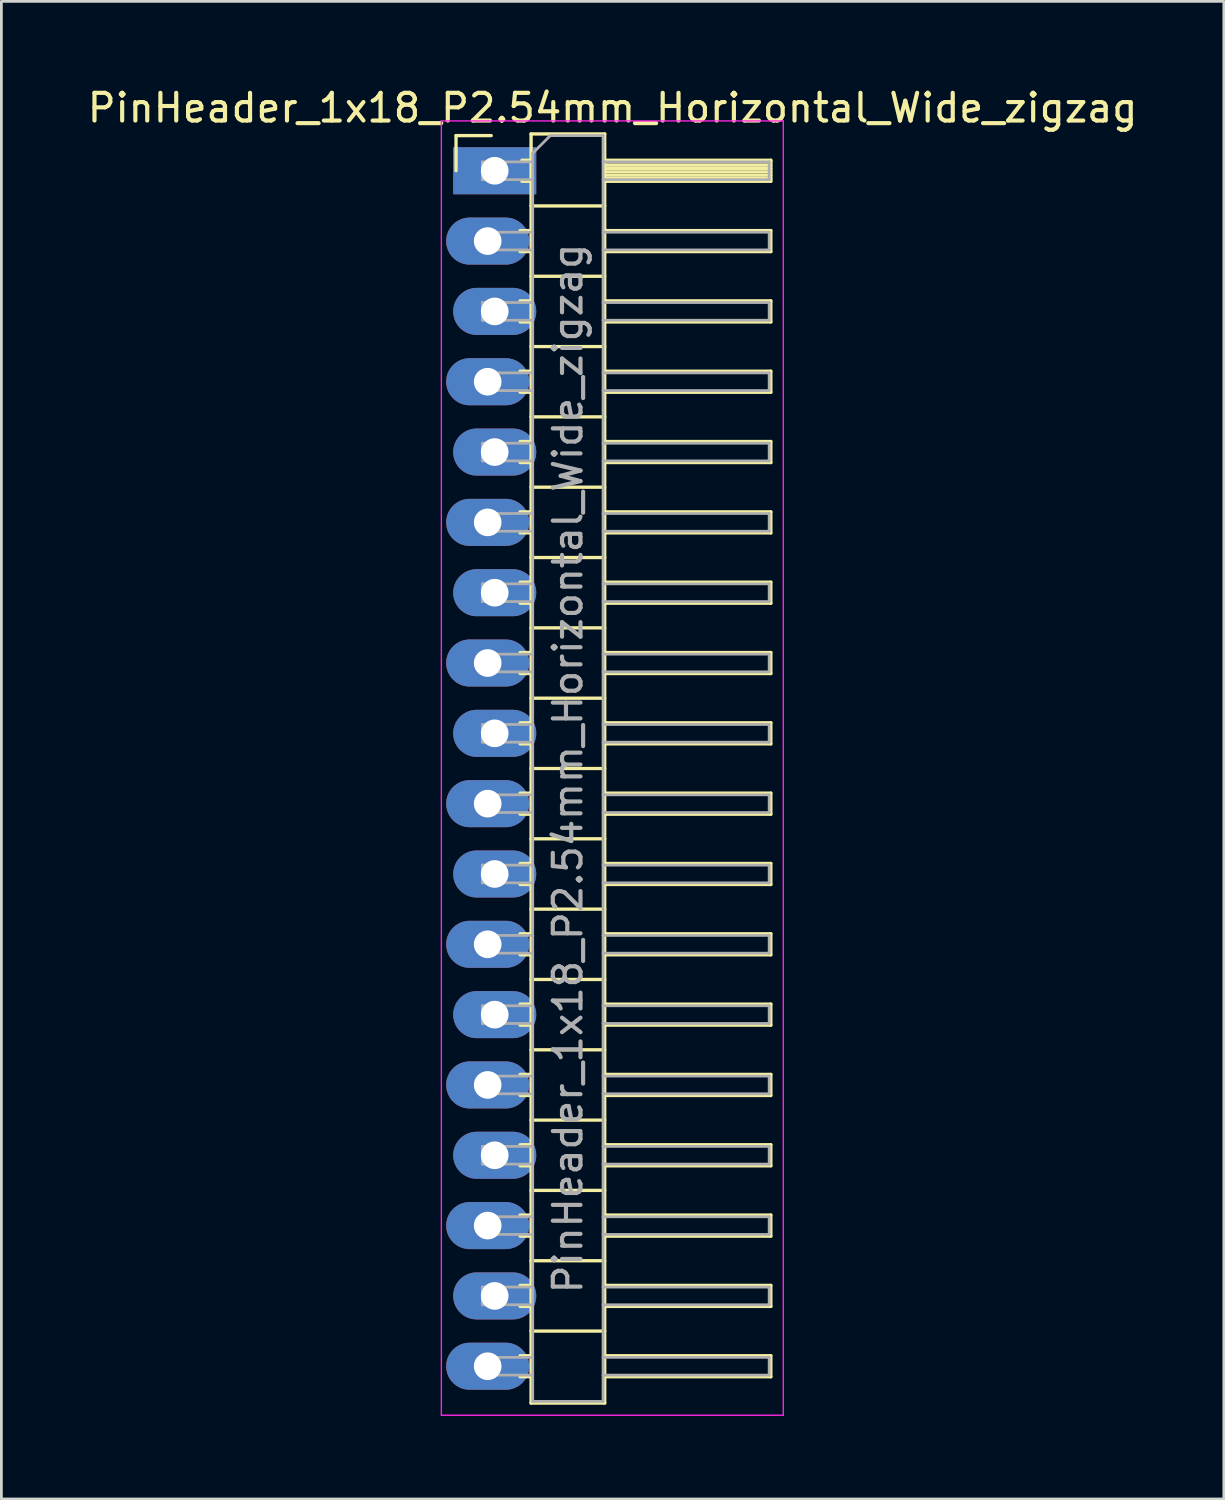
<source format=kicad_pcb>
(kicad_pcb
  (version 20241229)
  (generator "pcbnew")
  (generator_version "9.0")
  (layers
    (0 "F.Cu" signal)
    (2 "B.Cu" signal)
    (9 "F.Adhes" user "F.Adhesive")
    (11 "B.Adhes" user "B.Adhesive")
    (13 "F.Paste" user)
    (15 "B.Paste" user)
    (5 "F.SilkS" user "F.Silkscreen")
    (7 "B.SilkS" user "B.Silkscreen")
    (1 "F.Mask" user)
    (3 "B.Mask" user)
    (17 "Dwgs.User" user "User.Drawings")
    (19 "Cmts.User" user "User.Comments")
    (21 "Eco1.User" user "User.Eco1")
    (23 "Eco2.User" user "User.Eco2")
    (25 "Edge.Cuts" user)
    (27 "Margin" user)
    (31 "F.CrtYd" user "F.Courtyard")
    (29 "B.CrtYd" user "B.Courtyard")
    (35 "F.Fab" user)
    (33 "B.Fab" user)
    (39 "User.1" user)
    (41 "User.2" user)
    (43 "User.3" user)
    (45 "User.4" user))
  (footprint "PinHeader_1x18_P2.54mm_Horizontal_Wide_zigzag"
    (layer "F.Cu")
    (at 14.692 3.118)
    (property "Reference" "PinHeader_1x18_P2.54mm_Horizontal_Wide_zigzag" (at 4.385 -2.27 0) (layer "F.SilkS") (effects (font (size 1 1) (thickness 0.15))))
    (attr through_hole)
    (fp_line (start -1.27 -1.27) (end 0 -1.27) (stroke (width 0.12) (type solid)) (layer "F.SilkS"))
    (fp_line (start -1.27 0) (end -1.27 -1.27) (stroke (width 0.12) (type solid)) (layer "F.SilkS"))
    (fp_line (start 1.043 2.16) (end 1.44 2.16) (stroke (width 0.12) (type solid)) (layer "F.SilkS"))
    (fp_line (start 1.043 2.92) (end 1.44 2.92) (stroke (width 0.12) (type solid)) (layer "F.SilkS"))
    (fp_line (start 1.043 4.7) (end 1.44 4.7) (stroke (width 0.12) (type solid)) (layer "F.SilkS"))
    (fp_line (start 1.043 5.46) (end 1.44 5.46) (stroke (width 0.12) (type solid)) (layer "F.SilkS"))
    (fp_line (start 1.043 7.24) (end 1.44 7.24) (stroke (width 0.12) (type solid)) (layer "F.SilkS"))
    (fp_line (start 1.043 8) (end 1.44 8) (stroke (width 0.12) (type solid)) (layer "F.SilkS"))
    (fp_line (start 1.043 9.78) (end 1.44 9.78) (stroke (width 0.12) (type solid)) (layer "F.SilkS"))
    (fp_line (start 1.043 10.54) (end 1.44 10.54) (stroke (width 0.12) (type solid)) (layer "F.SilkS"))
    (fp_line (start 1.043 12.32) (end 1.44 12.32) (stroke (width 0.12) (type solid)) (layer "F.SilkS"))
    (fp_line (start 1.043 13.08) (end 1.44 13.08) (stroke (width 0.12) (type solid)) (layer "F.SilkS"))
    (fp_line (start 1.043 14.86) (end 1.44 14.86) (stroke (width 0.12) (type solid)) (layer "F.SilkS"))
    (fp_line (start 1.043 15.62) (end 1.44 15.62) (stroke (width 0.12) (type solid)) (layer "F.SilkS"))
    (fp_line (start 1.043 17.4) (end 1.44 17.4) (stroke (width 0.12) (type solid)) (layer "F.SilkS"))
    (fp_line (start 1.043 18.16) (end 1.44 18.16) (stroke (width 0.12) (type solid)) (layer "F.SilkS"))
    (fp_line (start 1.043 19.94) (end 1.44 19.94) (stroke (width 0.12) (type solid)) (layer "F.SilkS"))
    (fp_line (start 1.043 20.7) (end 1.44 20.7) (stroke (width 0.12) (type solid)) (layer "F.SilkS"))
    (fp_line (start 1.043 22.48) (end 1.44 22.48) (stroke (width 0.12) (type solid)) (layer "F.SilkS"))
    (fp_line (start 1.043 23.24) (end 1.44 23.24) (stroke (width 0.12) (type solid)) (layer "F.SilkS"))
    (fp_line (start 1.043 25.02) (end 1.44 25.02) (stroke (width 0.12) (type solid)) (layer "F.SilkS"))
    (fp_line (start 1.043 25.78) (end 1.44 25.78) (stroke (width 0.12) (type solid)) (layer "F.SilkS"))
    (fp_line (start 1.043 27.56) (end 1.44 27.56) (stroke (width 0.12) (type solid)) (layer "F.SilkS"))
    (fp_line (start 1.043 28.32) (end 1.44 28.32) (stroke (width 0.12) (type solid)) (layer "F.SilkS"))
    (fp_line (start 1.043 30.1) (end 1.44 30.1) (stroke (width 0.12) (type solid)) (layer "F.SilkS"))
    (fp_line (start 1.043 30.86) (end 1.44 30.86) (stroke (width 0.12) (type solid)) (layer "F.SilkS"))
    (fp_line (start 1.043 32.64) (end 1.44 32.64) (stroke (width 0.12) (type solid)) (layer "F.SilkS"))
    (fp_line (start 1.043 33.4) (end 1.44 33.4) (stroke (width 0.12) (type solid)) (layer "F.SilkS"))
    (fp_line (start 1.043 35.18) (end 1.44 35.18) (stroke (width 0.12) (type solid)) (layer "F.SilkS"))
    (fp_line (start 1.043 35.94) (end 1.44 35.94) (stroke (width 0.12) (type solid)) (layer "F.SilkS"))
    (fp_line (start 1.043 37.72) (end 1.44 37.72) (stroke (width 0.12) (type solid)) (layer "F.SilkS"))
    (fp_line (start 1.043 38.48) (end 1.44 38.48) (stroke (width 0.12) (type solid)) (layer "F.SilkS"))
    (fp_line (start 1.043 40.26) (end 1.44 40.26) (stroke (width 0.12) (type solid)) (layer "F.SilkS"))
    (fp_line (start 1.043 41.02) (end 1.44 41.02) (stroke (width 0.12) (type solid)) (layer "F.SilkS"))
    (fp_line (start 1.043 42.8) (end 1.44 42.8) (stroke (width 0.12) (type solid)) (layer "F.SilkS"))
    (fp_line (start 1.043 43.56) (end 1.44 43.56) (stroke (width 0.12) (type solid)) (layer "F.SilkS"))
    (fp_line (start 1.11 -0.38) (end 1.44 -0.38) (stroke (width 0.12) (type solid)) (layer "F.SilkS"))
    (fp_line (start 1.11 0.38) (end 1.44 0.38) (stroke (width 0.12) (type solid)) (layer "F.SilkS"))
    (fp_line (start 1.44 -1.33) (end 1.44 44.51) (stroke (width 0.12) (type solid)) (layer "F.SilkS"))
    (fp_line (start 1.44 1.27) (end 4.1 1.27) (stroke (width 0.12) (type solid)) (layer "F.SilkS"))
    (fp_line (start 1.44 3.81) (end 4.1 3.81) (stroke (width 0.12) (type solid)) (layer "F.SilkS"))
    (fp_line (start 1.44 6.35) (end 4.1 6.35) (stroke (width 0.12) (type solid)) (layer "F.SilkS"))
    (fp_line (start 1.44 8.89) (end 4.1 8.89) (stroke (width 0.12) (type solid)) (layer "F.SilkS"))
    (fp_line (start 1.44 11.43) (end 4.1 11.43) (stroke (width 0.12) (type solid)) (layer "F.SilkS"))
    (fp_line (start 1.44 13.97) (end 4.1 13.97) (stroke (width 0.12) (type solid)) (layer "F.SilkS"))
    (fp_line (start 1.44 16.51) (end 4.1 16.51) (stroke (width 0.12) (type solid)) (layer "F.SilkS"))
    (fp_line (start 1.44 19.05) (end 4.1 19.05) (stroke (width 0.12) (type solid)) (layer "F.SilkS"))
    (fp_line (start 1.44 21.59) (end 4.1 21.59) (stroke (width 0.12) (type solid)) (layer "F.SilkS"))
    (fp_line (start 1.44 24.13) (end 4.1 24.13) (stroke (width 0.12) (type solid)) (layer "F.SilkS"))
    (fp_line (start 1.44 26.67) (end 4.1 26.67) (stroke (width 0.12) (type solid)) (layer "F.SilkS"))
    (fp_line (start 1.44 29.21) (end 4.1 29.21) (stroke (width 0.12) (type solid)) (layer "F.SilkS"))
    (fp_line (start 1.44 31.75) (end 4.1 31.75) (stroke (width 0.12) (type solid)) (layer "F.SilkS"))
    (fp_line (start 1.44 34.29) (end 4.1 34.29) (stroke (width 0.12) (type solid)) (layer "F.SilkS"))
    (fp_line (start 1.44 36.83) (end 4.1 36.83) (stroke (width 0.12) (type solid)) (layer "F.SilkS"))
    (fp_line (start 1.44 39.37) (end 4.1 39.37) (stroke (width 0.12) (type solid)) (layer "F.SilkS"))
    (fp_line (start 1.44 41.91) (end 4.1 41.91) (stroke (width 0.12) (type solid)) (layer "F.SilkS"))
    (fp_line (start 1.44 44.51) (end 4.1 44.51) (stroke (width 0.12) (type solid)) (layer "F.SilkS"))
    (fp_line (start 4.1 -1.33) (end 1.44 -1.33) (stroke (width 0.12) (type solid)) (layer "F.SilkS"))
    (fp_line (start 4.1 -0.38) (end 10.1 -0.38) (stroke (width 0.12) (type solid)) (layer "F.SilkS"))
    (fp_line (start 4.1 -0.32) (end 10.1 -0.32) (stroke (width 0.12) (type solid)) (layer "F.SilkS"))
    (fp_line (start 4.1 -0.2) (end 10.1 -0.2) (stroke (width 0.12) (type solid)) (layer "F.SilkS"))
    (fp_line (start 4.1 -0.08) (end 10.1 -0.08) (stroke (width 0.12) (type solid)) (layer "F.SilkS"))
    (fp_line (start 4.1 0.04) (end 10.1 0.04) (stroke (width 0.12) (type solid)) (layer "F.SilkS"))
    (fp_line (start 4.1 0.16) (end 10.1 0.16) (stroke (width 0.12) (type solid)) (layer "F.SilkS"))
    (fp_line (start 4.1 0.28) (end 10.1 0.28) (stroke (width 0.12) (type solid)) (layer "F.SilkS"))
    (fp_line (start 4.1 2.16) (end 10.1 2.16) (stroke (width 0.12) (type solid)) (layer "F.SilkS"))
    (fp_line (start 4.1 4.7) (end 10.1 4.7) (stroke (width 0.12) (type solid)) (layer "F.SilkS"))
    (fp_line (start 4.1 7.24) (end 10.1 7.24) (stroke (width 0.12) (type solid)) (layer "F.SilkS"))
    (fp_line (start 4.1 9.78) (end 10.1 9.78) (stroke (width 0.12) (type solid)) (layer "F.SilkS"))
    (fp_line (start 4.1 12.32) (end 10.1 12.32) (stroke (width 0.12) (type solid)) (layer "F.SilkS"))
    (fp_line (start 4.1 14.86) (end 10.1 14.86) (stroke (width 0.12) (type solid)) (layer "F.SilkS"))
    (fp_line (start 4.1 17.4) (end 10.1 17.4) (stroke (width 0.12) (type solid)) (layer "F.SilkS"))
    (fp_line (start 4.1 19.94) (end 10.1 19.94) (stroke (width 0.12) (type solid)) (layer "F.SilkS"))
    (fp_line (start 4.1 22.48) (end 10.1 22.48) (stroke (width 0.12) (type solid)) (layer "F.SilkS"))
    (fp_line (start 4.1 25.02) (end 10.1 25.02) (stroke (width 0.12) (type solid)) (layer "F.SilkS"))
    (fp_line (start 4.1 27.56) (end 10.1 27.56) (stroke (width 0.12) (type solid)) (layer "F.SilkS"))
    (fp_line (start 4.1 30.1) (end 10.1 30.1) (stroke (width 0.12) (type solid)) (layer "F.SilkS"))
    (fp_line (start 4.1 32.64) (end 10.1 32.64) (stroke (width 0.12) (type solid)) (layer "F.SilkS"))
    (fp_line (start 4.1 35.18) (end 10.1 35.18) (stroke (width 0.12) (type solid)) (layer "F.SilkS"))
    (fp_line (start 4.1 37.72) (end 10.1 37.72) (stroke (width 0.12) (type solid)) (layer "F.SilkS"))
    (fp_line (start 4.1 40.26) (end 10.1 40.26) (stroke (width 0.12) (type solid)) (layer "F.SilkS"))
    (fp_line (start 4.1 42.8) (end 10.1 42.8) (stroke (width 0.12) (type solid)) (layer "F.SilkS"))
    (fp_line (start 4.1 44.51) (end 4.1 -1.33) (stroke (width 0.12) (type solid)) (layer "F.SilkS"))
    (fp_line (start 10.1 -0.38) (end 10.1 0.38) (stroke (width 0.12) (type solid)) (layer "F.SilkS"))
    (fp_line (start 10.1 0.38) (end 4.1 0.38) (stroke (width 0.12) (type solid)) (layer "F.SilkS"))
    (fp_line (start 10.1 2.16) (end 10.1 2.92) (stroke (width 0.12) (type solid)) (layer "F.SilkS"))
    (fp_line (start 10.1 2.92) (end 4.1 2.92) (stroke (width 0.12) (type solid)) (layer "F.SilkS"))
    (fp_line (start 10.1 4.7) (end 10.1 5.46) (stroke (width 0.12) (type solid)) (layer "F.SilkS"))
    (fp_line (start 10.1 5.46) (end 4.1 5.46) (stroke (width 0.12) (type solid)) (layer "F.SilkS"))
    (fp_line (start 10.1 7.24) (end 10.1 8) (stroke (width 0.12) (type solid)) (layer "F.SilkS"))
    (fp_line (start 10.1 8) (end 4.1 8) (stroke (width 0.12) (type solid)) (layer "F.SilkS"))
    (fp_line (start 10.1 9.78) (end 10.1 10.54) (stroke (width 0.12) (type solid)) (layer "F.SilkS"))
    (fp_line (start 10.1 10.54) (end 4.1 10.54) (stroke (width 0.12) (type solid)) (layer "F.SilkS"))
    (fp_line (start 10.1 12.32) (end 10.1 13.08) (stroke (width 0.12) (type solid)) (layer "F.SilkS"))
    (fp_line (start 10.1 13.08) (end 4.1 13.08) (stroke (width 0.12) (type solid)) (layer "F.SilkS"))
    (fp_line (start 10.1 14.86) (end 10.1 15.62) (stroke (width 0.12) (type solid)) (layer "F.SilkS"))
    (fp_line (start 10.1 15.62) (end 4.1 15.62) (stroke (width 0.12) (type solid)) (layer "F.SilkS"))
    (fp_line (start 10.1 17.4) (end 10.1 18.16) (stroke (width 0.12) (type solid)) (layer "F.SilkS"))
    (fp_line (start 10.1 18.16) (end 4.1 18.16) (stroke (width 0.12) (type solid)) (layer "F.SilkS"))
    (fp_line (start 10.1 19.94) (end 10.1 20.7) (stroke (width 0.12) (type solid)) (layer "F.SilkS"))
    (fp_line (start 10.1 20.7) (end 4.1 20.7) (stroke (width 0.12) (type solid)) (layer "F.SilkS"))
    (fp_line (start 10.1 22.48) (end 10.1 23.24) (stroke (width 0.12) (type solid)) (layer "F.SilkS"))
    (fp_line (start 10.1 23.24) (end 4.1 23.24) (stroke (width 0.12) (type solid)) (layer "F.SilkS"))
    (fp_line (start 10.1 25.02) (end 10.1 25.78) (stroke (width 0.12) (type solid)) (layer "F.SilkS"))
    (fp_line (start 10.1 25.78) (end 4.1 25.78) (stroke (width 0.12) (type solid)) (layer "F.SilkS"))
    (fp_line (start 10.1 27.56) (end 10.1 28.32) (stroke (width 0.12) (type solid)) (layer "F.SilkS"))
    (fp_line (start 10.1 28.32) (end 4.1 28.32) (stroke (width 0.12) (type solid)) (layer "F.SilkS"))
    (fp_line (start 10.1 30.1) (end 10.1 30.86) (stroke (width 0.12) (type solid)) (layer "F.SilkS"))
    (fp_line (start 10.1 30.86) (end 4.1 30.86) (stroke (width 0.12) (type solid)) (layer "F.SilkS"))
    (fp_line (start 10.1 32.64) (end 10.1 33.4) (stroke (width 0.12) (type solid)) (layer "F.SilkS"))
    (fp_line (start 10.1 33.4) (end 4.1 33.4) (stroke (width 0.12) (type solid)) (layer "F.SilkS"))
    (fp_line (start 10.1 35.18) (end 10.1 35.94) (stroke (width 0.12) (type solid)) (layer "F.SilkS"))
    (fp_line (start 10.1 35.94) (end 4.1 35.94) (stroke (width 0.12) (type solid)) (layer "F.SilkS"))
    (fp_line (start 10.1 37.72) (end 10.1 38.48) (stroke (width 0.12) (type solid)) (layer "F.SilkS"))
    (fp_line (start 10.1 38.48) (end 4.1 38.48) (stroke (width 0.12) (type solid)) (layer "F.SilkS"))
    (fp_line (start 10.1 40.26) (end 10.1 41.02) (stroke (width 0.12) (type solid)) (layer "F.SilkS"))
    (fp_line (start 10.1 41.02) (end 4.1 41.02) (stroke (width 0.12) (type solid)) (layer "F.SilkS"))
    (fp_line (start 10.1 42.8) (end 10.1 43.56) (stroke (width 0.12) (type solid)) (layer "F.SilkS"))
    (fp_line (start 10.1 43.56) (end 4.1 43.56) (stroke (width 0.12) (type solid)) (layer "F.SilkS"))
    (fp_line (start -1.8 -1.8) (end -1.8 44.95) (stroke (width 0.05) (type solid)) (layer "F.CrtYd"))
    (fp_line (start -1.8 44.95) (end 10.55 44.95) (stroke (width 0.05) (type solid)) (layer "F.CrtYd"))
    (fp_line (start 10.55 -1.8) (end -1.8 -1.8) (stroke (width 0.05) (type solid)) (layer "F.CrtYd"))
    (fp_line (start 10.55 44.95) (end 10.55 -1.8) (stroke (width 0.05) (type solid)) (layer "F.CrtYd"))
    (fp_line (start -0.32 -0.32) (end -0.32 0.32) (stroke (width 0.1) (type solid)) (layer "F.Fab"))
    (fp_line (start -0.32 -0.32) (end 1.5 -0.32) (stroke (width 0.1) (type solid)) (layer "F.Fab"))
    (fp_line (start -0.32 0.32) (end 1.5 0.32) (stroke (width 0.1) (type solid)) (layer "F.Fab"))
    (fp_line (start -0.32 2.22) (end -0.32 2.86) (stroke (width 0.1) (type solid)) (layer "F.Fab"))
    (fp_line (start -0.32 2.22) (end 1.5 2.22) (stroke (width 0.1) (type solid)) (layer "F.Fab"))
    (fp_line (start -0.32 2.86) (end 1.5 2.86) (stroke (width 0.1) (type solid)) (layer "F.Fab"))
    (fp_line (start -0.32 4.76) (end -0.32 5.4) (stroke (width 0.1) (type solid)) (layer "F.Fab"))
    (fp_line (start -0.32 4.76) (end 1.5 4.76) (stroke (width 0.1) (type solid)) (layer "F.Fab"))
    (fp_line (start -0.32 5.4) (end 1.5 5.4) (stroke (width 0.1) (type solid)) (layer "F.Fab"))
    (fp_line (start -0.32 7.3) (end -0.32 7.94) (stroke (width 0.1) (type solid)) (layer "F.Fab"))
    (fp_line (start -0.32 7.3) (end 1.5 7.3) (stroke (width 0.1) (type solid)) (layer "F.Fab"))
    (fp_line (start -0.32 7.94) (end 1.5 7.94) (stroke (width 0.1) (type solid)) (layer "F.Fab"))
    (fp_line (start -0.32 9.84) (end -0.32 10.48) (stroke (width 0.1) (type solid)) (layer "F.Fab"))
    (fp_line (start -0.32 9.84) (end 1.5 9.84) (stroke (width 0.1) (type solid)) (layer "F.Fab"))
    (fp_line (start -0.32 10.48) (end 1.5 10.48) (stroke (width 0.1) (type solid)) (layer "F.Fab"))
    (fp_line (start -0.32 12.38) (end -0.32 13.02) (stroke (width 0.1) (type solid)) (layer "F.Fab"))
    (fp_line (start -0.32 12.38) (end 1.5 12.38) (stroke (width 0.1) (type solid)) (layer "F.Fab"))
    (fp_line (start -0.32 13.02) (end 1.5 13.02) (stroke (width 0.1) (type solid)) (layer "F.Fab"))
    (fp_line (start -0.32 14.92) (end -0.32 15.56) (stroke (width 0.1) (type solid)) (layer "F.Fab"))
    (fp_line (start -0.32 14.92) (end 1.5 14.92) (stroke (width 0.1) (type solid)) (layer "F.Fab"))
    (fp_line (start -0.32 15.56) (end 1.5 15.56) (stroke (width 0.1) (type solid)) (layer "F.Fab"))
    (fp_line (start -0.32 17.46) (end -0.32 18.1) (stroke (width 0.1) (type solid)) (layer "F.Fab"))
    (fp_line (start -0.32 17.46) (end 1.5 17.46) (stroke (width 0.1) (type solid)) (layer "F.Fab"))
    (fp_line (start -0.32 18.1) (end 1.5 18.1) (stroke (width 0.1) (type solid)) (layer "F.Fab"))
    (fp_line (start -0.32 20) (end -0.32 20.64) (stroke (width 0.1) (type solid)) (layer "F.Fab"))
    (fp_line (start -0.32 20) (end 1.5 20) (stroke (width 0.1) (type solid)) (layer "F.Fab"))
    (fp_line (start -0.32 20.64) (end 1.5 20.64) (stroke (width 0.1) (type solid)) (layer "F.Fab"))
    (fp_line (start -0.32 22.54) (end -0.32 23.18) (stroke (width 0.1) (type solid)) (layer "F.Fab"))
    (fp_line (start -0.32 22.54) (end 1.5 22.54) (stroke (width 0.1) (type solid)) (layer "F.Fab"))
    (fp_line (start -0.32 23.18) (end 1.5 23.18) (stroke (width 0.1) (type solid)) (layer "F.Fab"))
    (fp_line (start -0.32 25.08) (end -0.32 25.72) (stroke (width 0.1) (type solid)) (layer "F.Fab"))
    (fp_line (start -0.32 25.08) (end 1.5 25.08) (stroke (width 0.1) (type solid)) (layer "F.Fab"))
    (fp_line (start -0.32 25.72) (end 1.5 25.72) (stroke (width 0.1) (type solid)) (layer "F.Fab"))
    (fp_line (start -0.32 27.62) (end -0.32 28.26) (stroke (width 0.1) (type solid)) (layer "F.Fab"))
    (fp_line (start -0.32 27.62) (end 1.5 27.62) (stroke (width 0.1) (type solid)) (layer "F.Fab"))
    (fp_line (start -0.32 28.26) (end 1.5 28.26) (stroke (width 0.1) (type solid)) (layer "F.Fab"))
    (fp_line (start -0.32 30.16) (end -0.32 30.8) (stroke (width 0.1) (type solid)) (layer "F.Fab"))
    (fp_line (start -0.32 30.16) (end 1.5 30.16) (stroke (width 0.1) (type solid)) (layer "F.Fab"))
    (fp_line (start -0.32 30.8) (end 1.5 30.8) (stroke (width 0.1) (type solid)) (layer "F.Fab"))
    (fp_line (start -0.32 32.7) (end -0.32 33.34) (stroke (width 0.1) (type solid)) (layer "F.Fab"))
    (fp_line (start -0.32 32.7) (end 1.5 32.7) (stroke (width 0.1) (type solid)) (layer "F.Fab"))
    (fp_line (start -0.32 33.34) (end 1.5 33.34) (stroke (width 0.1) (type solid)) (layer "F.Fab"))
    (fp_line (start -0.32 35.24) (end -0.32 35.88) (stroke (width 0.1) (type solid)) (layer "F.Fab"))
    (fp_line (start -0.32 35.24) (end 1.5 35.24) (stroke (width 0.1) (type solid)) (layer "F.Fab"))
    (fp_line (start -0.32 35.88) (end 1.5 35.88) (stroke (width 0.1) (type solid)) (layer "F.Fab"))
    (fp_line (start -0.32 37.78) (end -0.32 38.42) (stroke (width 0.1) (type solid)) (layer "F.Fab"))
    (fp_line (start -0.32 37.78) (end 1.5 37.78) (stroke (width 0.1) (type solid)) (layer "F.Fab"))
    (fp_line (start -0.32 38.42) (end 1.5 38.42) (stroke (width 0.1) (type solid)) (layer "F.Fab"))
    (fp_line (start -0.32 40.32) (end -0.32 40.96) (stroke (width 0.1) (type solid)) (layer "F.Fab"))
    (fp_line (start -0.32 40.32) (end 1.5 40.32) (stroke (width 0.1) (type solid)) (layer "F.Fab"))
    (fp_line (start -0.32 40.96) (end 1.5 40.96) (stroke (width 0.1) (type solid)) (layer "F.Fab"))
    (fp_line (start -0.32 42.86) (end -0.32 43.5) (stroke (width 0.1) (type solid)) (layer "F.Fab"))
    (fp_line (start -0.32 42.86) (end 1.5 42.86) (stroke (width 0.1) (type solid)) (layer "F.Fab"))
    (fp_line (start -0.32 43.5) (end 1.5 43.5) (stroke (width 0.1) (type solid)) (layer "F.Fab"))
    (fp_line (start 1.5 -0.635) (end 2.135 -1.27) (stroke (width 0.1) (type solid)) (layer "F.Fab"))
    (fp_line (start 1.5 44.45) (end 1.5 -0.635) (stroke (width 0.1) (type solid)) (layer "F.Fab"))
    (fp_line (start 2.135 -1.27) (end 4.04 -1.27) (stroke (width 0.1) (type solid)) (layer "F.Fab"))
    (fp_line (start 4.04 -1.27) (end 4.04 44.45) (stroke (width 0.1) (type solid)) (layer "F.Fab"))
    (fp_line (start 4.04 -0.32) (end 10.04 -0.32) (stroke (width 0.1) (type solid)) (layer "F.Fab"))
    (fp_line (start 4.04 0.32) (end 10.04 0.32) (stroke (width 0.1) (type solid)) (layer "F.Fab"))
    (fp_line (start 4.04 2.22) (end 10.04 2.22) (stroke (width 0.1) (type solid)) (layer "F.Fab"))
    (fp_line (start 4.04 2.86) (end 10.04 2.86) (stroke (width 0.1) (type solid)) (layer "F.Fab"))
    (fp_line (start 4.04 4.76) (end 10.04 4.76) (stroke (width 0.1) (type solid)) (layer "F.Fab"))
    (fp_line (start 4.04 5.4) (end 10.04 5.4) (stroke (width 0.1) (type solid)) (layer "F.Fab"))
    (fp_line (start 4.04 7.3) (end 10.04 7.3) (stroke (width 0.1) (type solid)) (layer "F.Fab"))
    (fp_line (start 4.04 7.94) (end 10.04 7.94) (stroke (width 0.1) (type solid)) (layer "F.Fab"))
    (fp_line (start 4.04 9.84) (end 10.04 9.84) (stroke (width 0.1) (type solid)) (layer "F.Fab"))
    (fp_line (start 4.04 10.48) (end 10.04 10.48) (stroke (width 0.1) (type solid)) (layer "F.Fab"))
    (fp_line (start 4.04 12.38) (end 10.04 12.38) (stroke (width 0.1) (type solid)) (layer "F.Fab"))
    (fp_line (start 4.04 13.02) (end 10.04 13.02) (stroke (width 0.1) (type solid)) (layer "F.Fab"))
    (fp_line (start 4.04 14.92) (end 10.04 14.92) (stroke (width 0.1) (type solid)) (layer "F.Fab"))
    (fp_line (start 4.04 15.56) (end 10.04 15.56) (stroke (width 0.1) (type solid)) (layer "F.Fab"))
    (fp_line (start 4.04 17.46) (end 10.04 17.46) (stroke (width 0.1) (type solid)) (layer "F.Fab"))
    (fp_line (start 4.04 18.1) (end 10.04 18.1) (stroke (width 0.1) (type solid)) (layer "F.Fab"))
    (fp_line (start 4.04 20) (end 10.04 20) (stroke (width 0.1) (type solid)) (layer "F.Fab"))
    (fp_line (start 4.04 20.64) (end 10.04 20.64) (stroke (width 0.1) (type solid)) (layer "F.Fab"))
    (fp_line (start 4.04 22.54) (end 10.04 22.54) (stroke (width 0.1) (type solid)) (layer "F.Fab"))
    (fp_line (start 4.04 23.18) (end 10.04 23.18) (stroke (width 0.1) (type solid)) (layer "F.Fab"))
    (fp_line (start 4.04 25.08) (end 10.04 25.08) (stroke (width 0.1) (type solid)) (layer "F.Fab"))
    (fp_line (start 4.04 25.72) (end 10.04 25.72) (stroke (width 0.1) (type solid)) (layer "F.Fab"))
    (fp_line (start 4.04 27.62) (end 10.04 27.62) (stroke (width 0.1) (type solid)) (layer "F.Fab"))
    (fp_line (start 4.04 28.26) (end 10.04 28.26) (stroke (width 0.1) (type solid)) (layer "F.Fab"))
    (fp_line (start 4.04 30.16) (end 10.04 30.16) (stroke (width 0.1) (type solid)) (layer "F.Fab"))
    (fp_line (start 4.04 30.8) (end 10.04 30.8) (stroke (width 0.1) (type solid)) (layer "F.Fab"))
    (fp_line (start 4.04 32.7) (end 10.04 32.7) (stroke (width 0.1) (type solid)) (layer "F.Fab"))
    (fp_line (start 4.04 33.34) (end 10.04 33.34) (stroke (width 0.1) (type solid)) (layer "F.Fab"))
    (fp_line (start 4.04 35.24) (end 10.04 35.24) (stroke (width 0.1) (type solid)) (layer "F.Fab"))
    (fp_line (start 4.04 35.88) (end 10.04 35.88) (stroke (width 0.1) (type solid)) (layer "F.Fab"))
    (fp_line (start 4.04 37.78) (end 10.04 37.78) (stroke (width 0.1) (type solid)) (layer "F.Fab"))
    (fp_line (start 4.04 38.42) (end 10.04 38.42) (stroke (width 0.1) (type solid)) (layer "F.Fab"))
    (fp_line (start 4.04 40.32) (end 10.04 40.32) (stroke (width 0.1) (type solid)) (layer "F.Fab"))
    (fp_line (start 4.04 40.96) (end 10.04 40.96) (stroke (width 0.1) (type solid)) (layer "F.Fab"))
    (fp_line (start 4.04 42.86) (end 10.04 42.86) (stroke (width 0.1) (type solid)) (layer "F.Fab"))
    (fp_line (start 4.04 43.5) (end 10.04 43.5) (stroke (width 0.1) (type solid)) (layer "F.Fab"))
    (fp_line (start 4.04 44.45) (end 1.5 44.45) (stroke (width 0.1) (type solid)) (layer "F.Fab"))
    (fp_line (start 10.04 -0.32) (end 10.04 0.32) (stroke (width 0.1) (type solid)) (layer "F.Fab"))
    (fp_line (start 10.04 2.22) (end 10.04 2.86) (stroke (width 0.1) (type solid)) (layer "F.Fab"))
    (fp_line (start 10.04 4.76) (end 10.04 5.4) (stroke (width 0.1) (type solid)) (layer "F.Fab"))
    (fp_line (start 10.04 7.3) (end 10.04 7.94) (stroke (width 0.1) (type solid)) (layer "F.Fab"))
    (fp_line (start 10.04 9.84) (end 10.04 10.48) (stroke (width 0.1) (type solid)) (layer "F.Fab"))
    (fp_line (start 10.04 12.38) (end 10.04 13.02) (stroke (width 0.1) (type solid)) (layer "F.Fab"))
    (fp_line (start 10.04 14.92) (end 10.04 15.56) (stroke (width 0.1) (type solid)) (layer "F.Fab"))
    (fp_line (start 10.04 17.46) (end 10.04 18.1) (stroke (width 0.1) (type solid)) (layer "F.Fab"))
    (fp_line (start 10.04 20) (end 10.04 20.64) (stroke (width 0.1) (type solid)) (layer "F.Fab"))
    (fp_line (start 10.04 22.54) (end 10.04 23.18) (stroke (width 0.1) (type solid)) (layer "F.Fab"))
    (fp_line (start 10.04 25.08) (end 10.04 25.72) (stroke (width 0.1) (type solid)) (layer "F.Fab"))
    (fp_line (start 10.04 27.62) (end 10.04 28.26) (stroke (width 0.1) (type solid)) (layer "F.Fab"))
    (fp_line (start 10.04 30.16) (end 10.04 30.8) (stroke (width 0.1) (type solid)) (layer "F.Fab"))
    (fp_line (start 10.04 32.7) (end 10.04 33.34) (stroke (width 0.1) (type solid)) (layer "F.Fab"))
    (fp_line (start 10.04 35.24) (end 10.04 35.88) (stroke (width 0.1) (type solid)) (layer "F.Fab"))
    (fp_line (start 10.04 37.78) (end 10.04 38.42) (stroke (width 0.1) (type solid)) (layer "F.Fab"))
    (fp_line (start 10.04 40.32) (end 10.04 40.96) (stroke (width 0.1) (type solid)) (layer "F.Fab"))
    (fp_line (start 10.04 42.86) (end 10.04 43.5) (stroke (width 0.1) (type solid)) (layer "F.Fab"))
    (fp_text user "${REFERENCE}" (at 2.77 21.59 90) (layer "F.Fab") (effects (font (size 1 1) (thickness 0.15))))
    (pad "1" thru_hole rect (at 0.127 0) (size 3 1.7) (drill 1) (layers "*.Cu" "*.Mask"))
    (pad "2" thru_hole oval (at -0.127 2.54) (size 3 1.7) (drill 1) (layers "*.Cu" "*.Mask"))
    (pad "3" thru_hole oval (at 0.127 5.08) (size 3 1.7) (drill 1) (layers "*.Cu" "*.Mask"))
    (pad "4" thru_hole oval (at -0.127 7.62) (size 3 1.7) (drill 1) (layers "*.Cu" "*.Mask"))
    (pad "5" thru_hole oval (at 0.127 10.16) (size 3 1.7) (drill 1) (layers "*.Cu" "*.Mask"))
    (pad "6" thru_hole oval (at -0.127 12.7) (size 3 1.7) (drill 1) (layers "*.Cu" "*.Mask"))
    (pad "7" thru_hole oval (at 0.127 15.24) (size 3 1.7) (drill 1) (layers "*.Cu" "*.Mask"))
    (pad "8" thru_hole oval (at -0.127 17.78) (size 3 1.7) (drill 1) (layers "*.Cu" "*.Mask"))
    (pad "9" thru_hole oval (at 0.127 20.32) (size 3 1.7) (drill 1) (layers "*.Cu" "*.Mask"))
    (pad "10" thru_hole oval (at -0.127 22.86) (size 3 1.7) (drill 1) (layers "*.Cu" "*.Mask"))
    (pad "11" thru_hole oval (at 0.127 25.4) (size 3 1.7) (drill 1) (layers "*.Cu" "*.Mask"))
    (pad "12" thru_hole oval (at -0.127 27.94) (size 3 1.7) (drill 1) (layers "*.Cu" "*.Mask"))
    (pad "13" thru_hole oval (at 0.127 30.48) (size 3 1.7) (drill 1) (layers "*.Cu" "*.Mask"))
    (pad "14" thru_hole oval (at -0.127 33.02) (size 3 1.7) (drill 1) (layers "*.Cu" "*.Mask"))
    (pad "15" thru_hole oval (at 0.127 35.56) (size 3 1.7) (drill 1) (layers "*.Cu" "*.Mask"))
    (pad "16" thru_hole oval (at -0.127 38.1) (size 3 1.7) (drill 1) (layers "*.Cu" "*.Mask"))
    (pad "17" thru_hole oval (at 0.127 40.64) (size 3 1.7) (drill 1) (layers "*.Cu" "*.Mask"))
    (pad "18" thru_hole oval (at -0.127 43.18) (size 3 1.7) (drill 1) (layers "*.Cu" "*.Mask")))
  (gr_rect
    (start -3 -3)
    (end 41.155 51.093)
    (stroke (width 0.1) (type default))
    (fill no)
    (layer "Edge.Cuts")))
</source>
